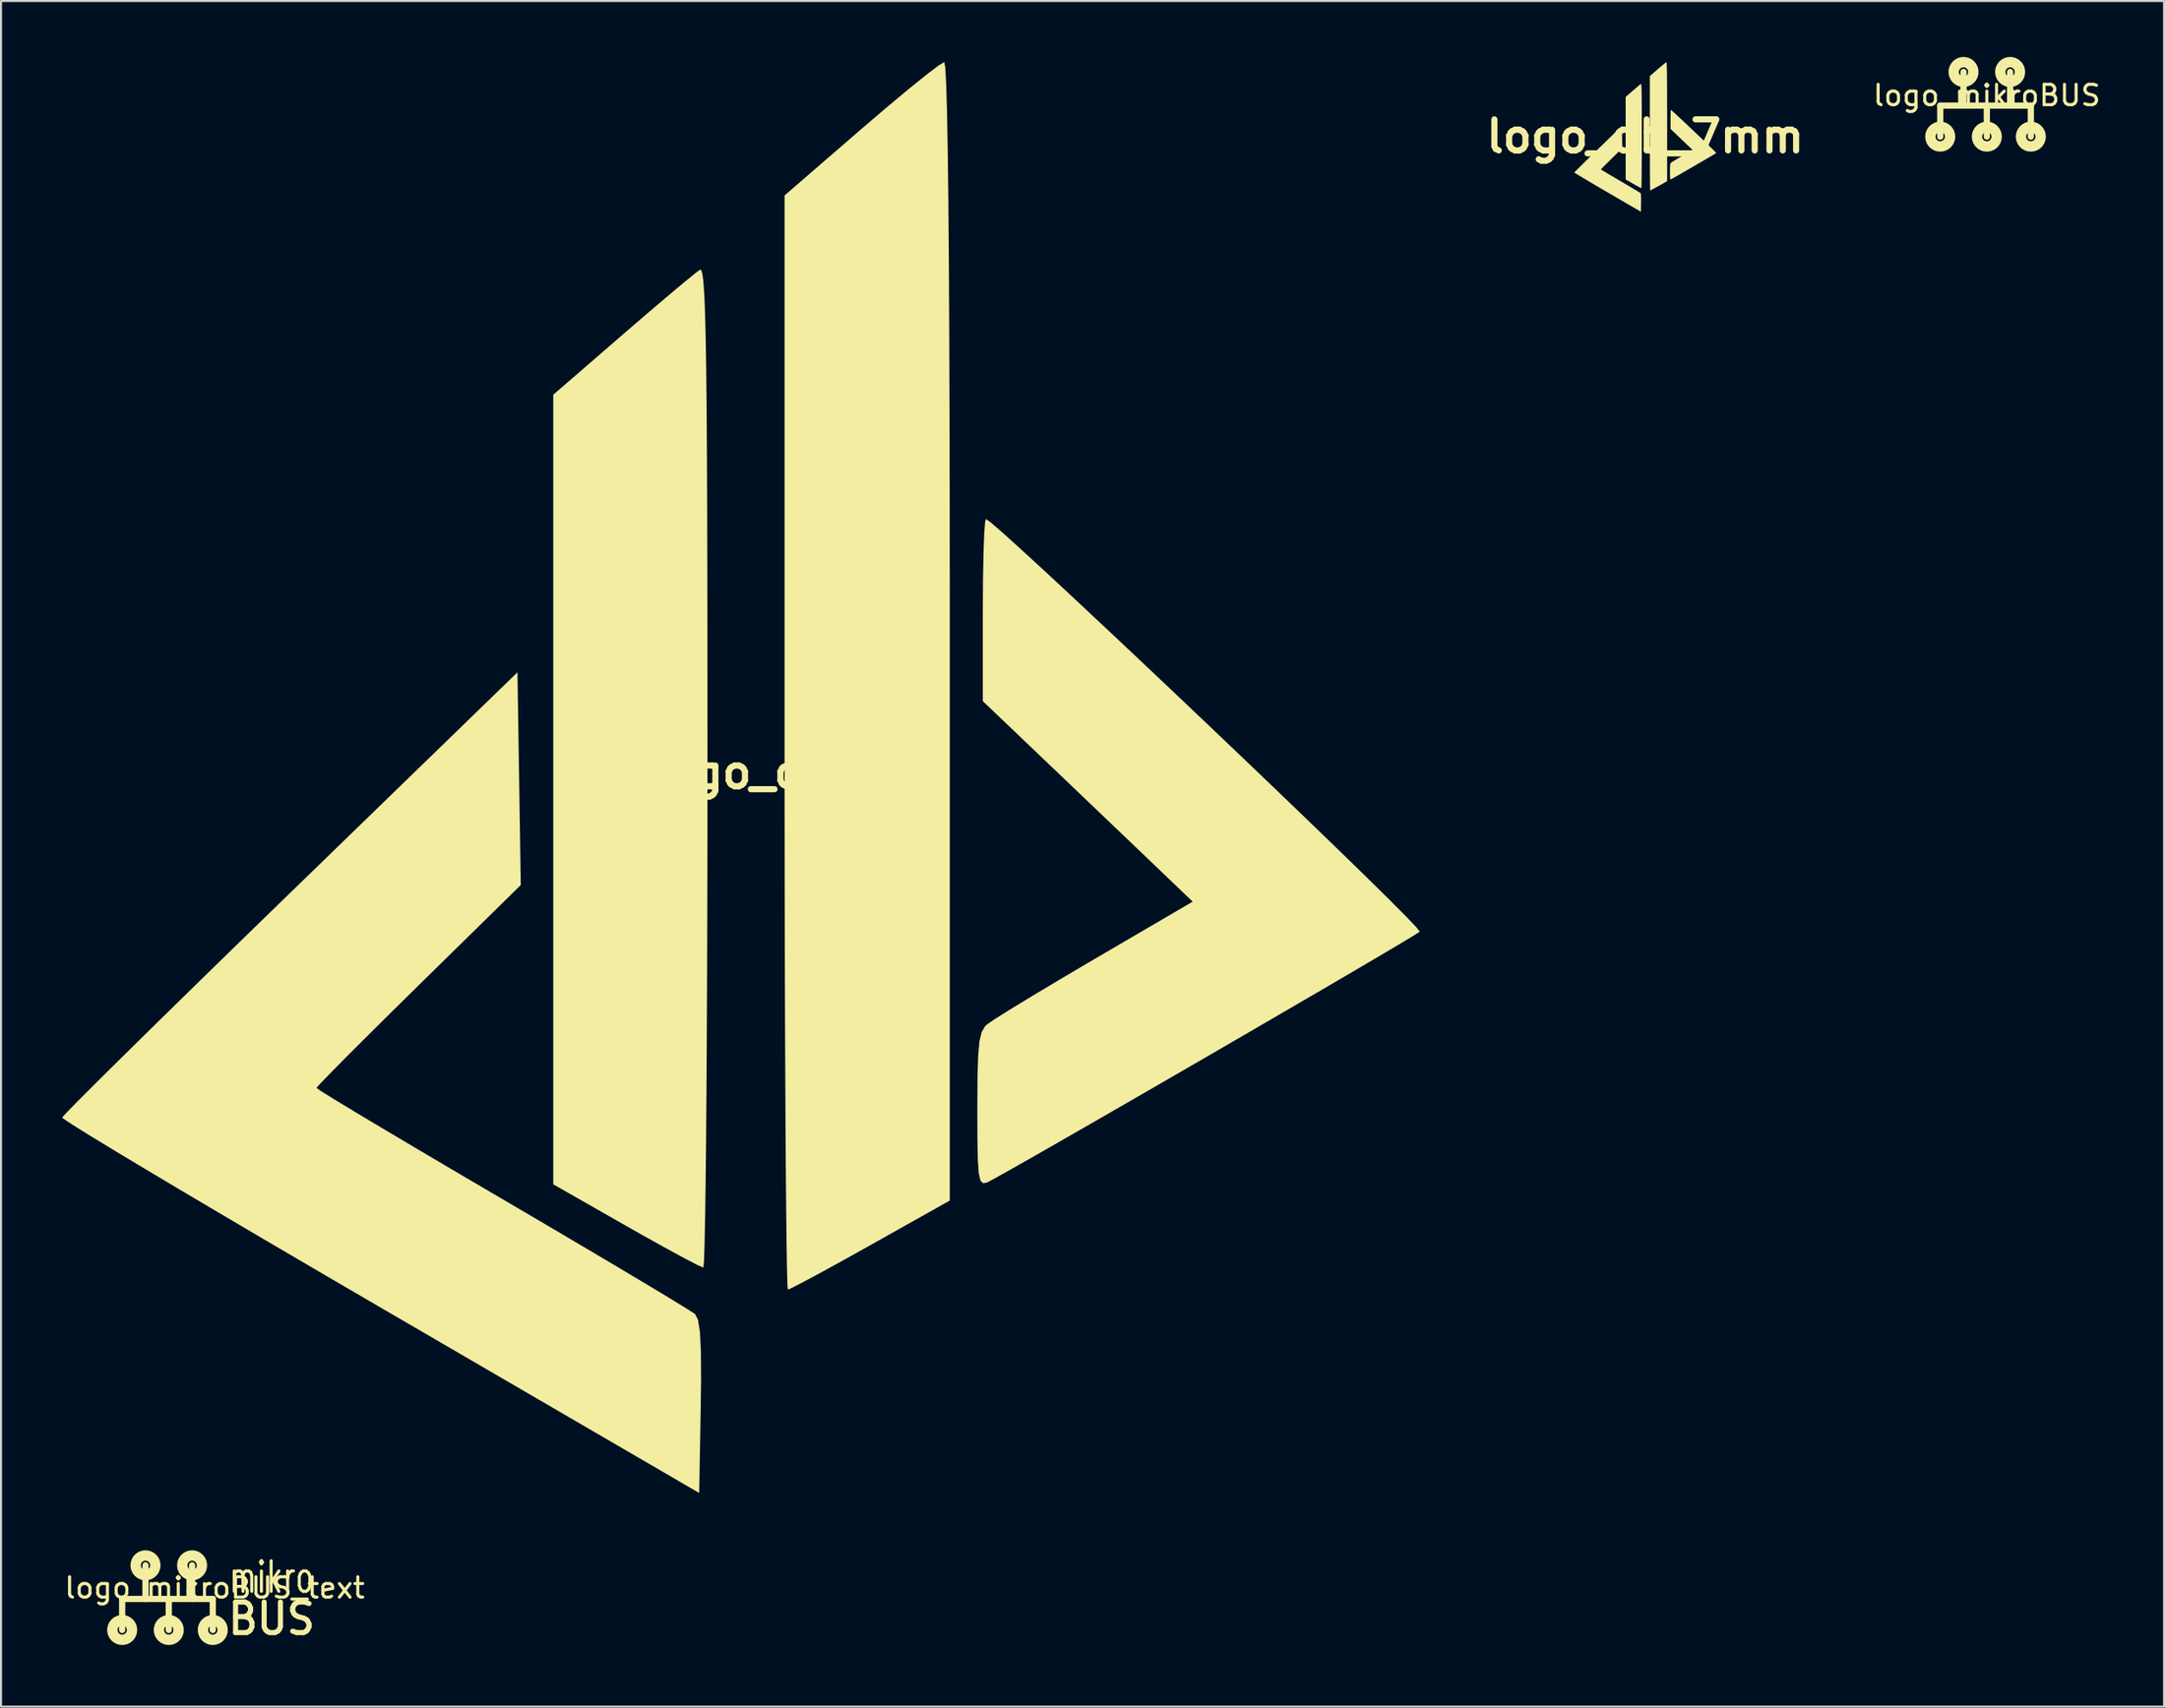
<source format=kicad_pcb>
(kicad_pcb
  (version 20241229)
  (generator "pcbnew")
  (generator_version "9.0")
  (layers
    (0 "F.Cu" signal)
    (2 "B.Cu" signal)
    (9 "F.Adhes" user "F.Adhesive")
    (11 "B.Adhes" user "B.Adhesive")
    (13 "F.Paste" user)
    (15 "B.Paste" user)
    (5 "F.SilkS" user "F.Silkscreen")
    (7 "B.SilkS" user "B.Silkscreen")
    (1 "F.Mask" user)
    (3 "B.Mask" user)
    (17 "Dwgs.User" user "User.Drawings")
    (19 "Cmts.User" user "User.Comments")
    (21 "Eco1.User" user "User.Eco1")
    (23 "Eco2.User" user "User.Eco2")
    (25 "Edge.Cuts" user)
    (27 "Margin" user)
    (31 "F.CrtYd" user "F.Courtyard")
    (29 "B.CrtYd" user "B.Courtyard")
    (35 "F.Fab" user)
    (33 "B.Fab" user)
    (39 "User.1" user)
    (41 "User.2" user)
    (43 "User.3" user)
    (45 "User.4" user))
  (footprint "logo_mikroBUS"
    (layer "F.Cu")
    (at 94.431 2.134)
    (property "Reference" "logo_mikroBUS" (at 0 -0.5 0) (unlocked yes) (layer "F.SilkS") (effects (font (size 1 1) (thickness 0.15))))
    (fp_line (start -2.286 0) (end -2.286 1.524) (stroke (width 0.305) (type solid)) (layer "F.SilkS"))
    (fp_line (start -1.143 0) (end -2.286 0) (stroke (width 0.305) (type solid)) (layer "F.SilkS"))
    (fp_line (start -1.143 0) (end -1.143 -1.651) (stroke (width 0.305) (type solid)) (layer "F.SilkS"))
    (fp_line (start 0 0) (end -1.143 0) (stroke (width 0.305) (type solid)) (layer "F.SilkS"))
    (fp_line (start 0 0) (end 0 1.524) (stroke (width 0.305) (type solid)) (layer "F.SilkS"))
    (fp_line (start 1.143 0) (end 0 0) (stroke (width 0.305) (type solid)) (layer "F.SilkS"))
    (fp_line (start 1.143 0) (end 1.143 -1.651) (stroke (width 0.305) (type solid)) (layer "F.SilkS"))
    (fp_line (start 2.159 0) (end 1.143 0) (stroke (width 0.305) (type solid)) (layer "F.SilkS"))
    (fp_line (start 2.159 0) (end 2.159 1.524) (stroke (width 0.305) (type solid)) (layer "F.SilkS"))
    (fp_circle (center -2.286 1.524) (end -2.057 1.524) (stroke (width 0.508) (type solid)) (fill no) (layer "F.SilkS"))
    (fp_circle (center -1.143 -1.651) (end -0.914 -1.651) (stroke (width 0.508) (type solid)) (fill no) (layer "F.SilkS"))
    (fp_circle (center 0 1.524) (end 0.229 1.524) (stroke (width 0.508) (type solid)) (fill no) (layer "F.SilkS"))
    (fp_circle (center 1.143 -1.651) (end 1.372 -1.651) (stroke (width 0.508) (type solid)) (fill no) (layer "F.SilkS"))
    (fp_circle (center 2.159 1.524) (end 2.388 1.524) (stroke (width 0.508) (type solid)) (fill no) (layer "F.SilkS")))
  (footprint "logo_db_7mm"
    (layer "F.Cu")
    (at 77.671 3.645)
    (property "Reference" "logo_db_7mm" (at 0 0 0) (layer "F.SilkS") (effects (font (size 1.524 1.524) (thickness 0.3))))
    (attr through_hole board_only exclude_from_pos_files exclude_from_bom)
    (fp_poly (pts (xy 1.05 -3.616) (xy 1.055 -3.532) (xy 1.059 -3.391) (xy 1.063 -3.193) (xy 1.066 -2.94) (xy 1.069 -2.63) (xy 1.071 -2.264) (xy 1.072 -1.842) (xy 1.073 -1.365) (xy 1.074 -0.831) (xy 1.074 -0.723) (xy 1.074 2.199) (xy 0.667 2.427) (xy 0.53 2.504) (xy 0.411 2.569) (xy 0.318 2.619) (xy 0.259 2.649) (xy 0.243 2.656) (xy 0.241 2.628) (xy 0.238 2.548) (xy 0.236 2.419) (xy 0.234 2.244) (xy 0.232 2.029) (xy 0.231 1.775) (xy 0.229 1.488) (xy 0.228 1.171) (xy 0.227 0.828) (xy 0.226 0.463) (xy 0.226 0.079) (xy 0.226 -0.152) (xy 0.226 -2.96) (xy 0.621 -3.303) (xy 0.748 -3.411) (xy 0.861 -3.505) (xy 0.953 -3.579) (xy 1.017 -3.628) (xy 1.045 -3.645)) (stroke (width 0) (type solid)) (fill yes) (layer "F.SilkS"))
    (fp_poly (pts (xy -0.201 -2.576) (xy -0.195 -2.555) (xy -0.19 -2.513) (xy -0.186 -2.447) (xy -0.182 -2.354) (xy -0.179 -2.232) (xy -0.176 -2.076) (xy -0.174 -1.883) (xy -0.172 -1.652) (xy -0.171 -1.378) (xy -0.17 -1.058) (xy -0.17 -0.69) (xy -0.17 -0.27) (xy -0.17 -0.03) (xy -0.17 0.346) (xy -0.17 0.706) (xy -0.171 1.045) (xy -0.173 1.359) (xy -0.175 1.645) (xy -0.177 1.899) (xy -0.179 2.116) (xy -0.182 2.293) (xy -0.184 2.426) (xy -0.187 2.51) (xy -0.19 2.542) (xy -0.191 2.543) (xy -0.221 2.529) (xy -0.292 2.492) (xy -0.394 2.437) (xy -0.517 2.368) (xy -0.586 2.329) (xy -0.961 2.115) (xy -0.961 -1.938) (xy -0.603 -2.247) (xy -0.481 -2.352) (xy -0.373 -2.444) (xy -0.285 -2.518) (xy -0.227 -2.565) (xy -0.207 -2.58)) (stroke (width 0) (type solid)) (fill yes) (layer "F.SilkS"))
    (fp_poly (pts (xy -1.136 0.033) (xy -1.127 0.579) (xy -1.651 1.094) (xy -1.792 1.233) (xy -1.919 1.358) (xy -2.026 1.465) (xy -2.107 1.548) (xy -2.159 1.602) (xy -2.176 1.621) (xy -2.152 1.637) (xy -2.085 1.679) (xy -1.979 1.743) (xy -1.841 1.826) (xy -1.674 1.925) (xy -1.485 2.036) (xy -1.278 2.158) (xy -1.222 2.191) (xy -1.01 2.315) (xy -0.812 2.432) (xy -0.635 2.537) (xy -0.483 2.628) (xy -0.362 2.701) (xy -0.278 2.752) (xy -0.236 2.78) (xy -0.232 2.782) (xy -0.218 2.811) (xy -0.208 2.872) (xy -0.203 2.972) (xy -0.202 3.116) (xy -0.204 3.257) (xy -0.212 3.7) (xy -1.848 2.747) (xy -2.126 2.585) (xy -2.389 2.431) (xy -2.632 2.287) (xy -2.853 2.156) (xy -3.047 2.041) (xy -3.21 1.943) (xy -3.339 1.865) (xy -3.428 1.809) (xy -3.474 1.778) (xy -3.48 1.773) (xy -3.46 1.749) (xy -3.402 1.691) (xy -3.311 1.6) (xy -3.19 1.48) (xy -3.044 1.335) (xy -2.874 1.169) (xy -2.686 0.985) (xy -2.482 0.786) (xy -2.31 0.619) (xy -1.144 -0.513)) (stroke (width 0) (type solid)) (fill yes) (layer "F.SilkS"))
    (fp_poly (pts (xy 1.285 -1.281) (xy 1.346 -1.228) (xy 1.439 -1.144) (xy 1.558 -1.034) (xy 1.7 -0.903) (xy 1.859 -0.754) (xy 2.031 -0.592) (xy 2.211 -0.422) (xy 2.395 -0.247) (xy 2.579 -0.072) (xy 2.758 0.1) (xy 2.927 0.262) (xy 3.081 0.412) (xy 3.218 0.545) (xy 3.33 0.656) (xy 3.416 0.742) (xy 3.468 0.797) (xy 3.485 0.819) (xy 3.454 0.838) (xy 3.381 0.882) (xy 3.271 0.947) (xy 3.131 1.03) (xy 2.965 1.127) (xy 2.782 1.234) (xy 2.585 1.348) (xy 2.383 1.466) (xy 2.18 1.583) (xy 1.983 1.697) (xy 1.798 1.804) (xy 1.631 1.9) (xy 1.488 1.982) (xy 1.375 2.046) (xy 1.298 2.088) (xy 1.264 2.106) (xy 1.264 2.106) (xy 1.244 2.11) (xy 1.231 2.097) (xy 1.222 2.059) (xy 1.217 1.989) (xy 1.215 1.878) (xy 1.215 1.731) (xy 1.216 1.571) (xy 1.219 1.457) (xy 1.226 1.382) (xy 1.237 1.334) (xy 1.254 1.305) (xy 1.264 1.295) (xy 1.303 1.268) (xy 1.383 1.218) (xy 1.494 1.15) (xy 1.631 1.068) (xy 1.783 0.978) (xy 1.817 0.959) (xy 2.32 0.664) (xy 2.128 0.48) (xy 2.038 0.395) (xy 1.921 0.283) (xy 1.788 0.155) (xy 1.652 0.025) (xy 1.589 -0.034) (xy 1.243 -0.365) (xy 1.243 -0.832) (xy 1.244 -0.988) (xy 1.247 -1.121) (xy 1.25 -1.223) (xy 1.255 -1.285) (xy 1.259 -1.3)) (stroke (width 0) (type solid)) (fill yes) (layer "F.SilkS")))
  (footprint "logo_mikroBUS_text"
    (layer "F.Cu")
    (at 7.482 75.397)
    (property "Reference" "logo_mikroBUS_text" (at 0 -0.5 0) (unlocked yes) (layer "F.SilkS") (effects (font (size 1 1) (thickness 0.15))))
    (fp_line (start -4.537 0.044) (end -4.537 1.568) (stroke (width 0.305) (type solid)) (layer "F.SilkS"))
    (fp_line (start -3.394 0.044) (end -4.537 0.044) (stroke (width 0.305) (type solid)) (layer "F.SilkS"))
    (fp_line (start -3.394 0.044) (end -3.394 -1.607) (stroke (width 0.305) (type solid)) (layer "F.SilkS"))
    (fp_line (start -2.251 0.044) (end -3.394 0.044) (stroke (width 0.305) (type solid)) (layer "F.SilkS"))
    (fp_line (start -2.251 0.044) (end -2.251 1.568) (stroke (width 0.305) (type solid)) (layer "F.SilkS"))
    (fp_line (start -1.108 0.044) (end -2.251 0.044) (stroke (width 0.305) (type solid)) (layer "F.SilkS"))
    (fp_line (start -1.108 0.044) (end -1.108 -1.607) (stroke (width 0.305) (type solid)) (layer "F.SilkS"))
    (fp_line (start -0.092 0.044) (end -1.108 0.044) (stroke (width 0.305) (type solid)) (layer "F.SilkS"))
    (fp_line (start -0.092 0.044) (end -0.092 1.568) (stroke (width 0.305) (type solid)) (layer "F.SilkS"))
    (fp_circle (center -4.537 1.568) (end -4.308 1.568) (stroke (width 0.508) (type solid)) (fill no) (layer "F.SilkS"))
    (fp_circle (center -3.394 -1.607) (end -3.165 -1.607) (stroke (width 0.508) (type solid)) (fill no) (layer "F.SilkS"))
    (fp_circle (center -2.251 1.568) (end -2.022 1.568) (stroke (width 0.508) (type solid)) (fill no) (layer "F.SilkS"))
    (fp_circle (center -1.108 -1.607) (end -0.879 -1.607) (stroke (width 0.508) (type solid)) (fill no) (layer "F.SilkS"))
    (fp_circle (center -0.092 1.568) (end 0.137 1.568) (stroke (width 0.508) (type solid)) (fill no) (layer "F.SilkS"))
    (fp_text user "BUS" (at 2.794 1.016 0) (unlocked yes) (layer "F.SilkS") (effects (font (size 1.5 1.4) (thickness 0.25))))
    (fp_text user "mikro" (at 2.794 -1.016 0) (layer "F.SilkS") (effects (font (size 1.5 1) (thickness 0.15)))))
  (footprint "logo_db"
    (layer "F.Cu")
    (at 33.282 34.857)
    (property "Reference" "logo_db" (at 0 0 0) (layer "F.SilkS") (effects (font (size 1.524 1.524) (thickness 0.3))))
    (attr through_hole)
    (fp_poly (pts (xy 10.047 -34.587) (xy 10.092 -33.778) (xy 10.132 -32.429) (xy 10.167 -30.541) (xy 10.197 -28.116) (xy 10.222 -25.154) (xy 10.241 -21.655) (xy 10.255 -17.621) (xy 10.264 -13.051) (xy 10.268 -7.947) (xy 10.268 -6.915) (xy 10.268 21.027) (xy 6.378 23.213) (xy 5.07 23.943) (xy 3.93 24.57) (xy 3.038 25.049) (xy 2.477 25.336) (xy 2.325 25.4) (xy 2.302 25.136) (xy 2.28 24.368) (xy 2.26 23.131) (xy 2.24 21.464) (xy 2.222 19.401) (xy 2.207 16.979) (xy 2.193 14.234) (xy 2.181 11.203) (xy 2.172 7.922) (xy 2.166 4.427) (xy 2.162 0.754) (xy 2.162 -1.456) (xy 2.162 -28.312) (xy 5.943 -31.585) (xy 7.154 -32.621) (xy 8.234 -33.522) (xy 9.114 -34.233) (xy 9.725 -34.696) (xy 9.996 -34.857)) (stroke (width 0) (type solid)) (fill yes) (layer "F.SilkS"))
    (fp_poly (pts (xy -1.921 -24.636) (xy -1.865 -24.433) (xy -1.817 -24.032) (xy -1.774 -23.403) (xy -1.739 -22.516) (xy -1.709 -21.342) (xy -1.684 -19.851) (xy -1.664 -18.013) (xy -1.648 -15.799) (xy -1.637 -13.179) (xy -1.629 -10.122) (xy -1.624 -6.601) (xy -1.622 -2.584) (xy -1.621 -0.284) (xy -1.623 3.311) (xy -1.63 6.749) (xy -1.64 9.99) (xy -1.654 12.997) (xy -1.67 15.732) (xy -1.69 18.158) (xy -1.712 20.236) (xy -1.737 21.929) (xy -1.764 23.198) (xy -1.792 24.006) (xy -1.821 24.315) (xy -1.824 24.317) (xy -2.118 24.189) (xy -2.793 23.837) (xy -3.764 23.309) (xy -4.944 22.649) (xy -5.607 22.273) (xy -9.187 20.23) (xy -9.187 -18.53) (xy -5.767 -21.492) (xy -4.605 -22.493) (xy -3.567 -23.376) (xy -2.73 -24.077) (xy -2.171 -24.532) (xy -1.984 -24.67)) (stroke (width 0) (type solid)) (fill yes) (layer "F.SilkS"))
    (fp_poly (pts (xy -10.862 0.318) (xy -10.781 5.539) (xy -15.794 10.463) (xy -17.14 11.789) (xy -18.349 12.989) (xy -19.372 14.011) (xy -20.155 14.805) (xy -20.65 15.318) (xy -20.806 15.499) (xy -20.581 15.656) (xy -19.939 16.055) (xy -18.93 16.666) (xy -17.605 17.46) (xy -16.012 18.406) (xy -14.203 19.475) (xy -12.226 20.637) (xy -11.687 20.953) (xy -9.658 22.144) (xy -7.769 23.259) (xy -6.072 24.265) (xy -4.619 25.132) (xy -3.463 25.829) (xy -2.657 26.323) (xy -2.253 26.584) (xy -2.222 26.607) (xy -2.084 26.887) (xy -1.992 27.471) (xy -1.944 28.423) (xy -1.935 29.805) (xy -1.952 31.151) (xy -2.027 35.383) (xy -17.674 26.271) (xy -20.331 24.72) (xy -22.844 23.247) (xy -25.177 21.873) (xy -27.29 20.622) (xy -29.145 19.517) (xy -30.704 18.58) (xy -31.93 17.833) (xy -32.783 17.301) (xy -33.226 17.005) (xy -33.282 16.952) (xy -33.086 16.731) (xy -32.537 16.169) (xy -31.668 15.298) (xy -30.513 14.154) (xy -29.109 12.77) (xy -27.488 11.18) (xy -25.686 9.418) (xy -23.737 7.518) (xy -22.093 5.921) (xy -10.944 -4.904)) (stroke (width 0) (type solid)) (fill yes) (layer "F.SilkS"))
    (fp_poly (pts (xy 12.287 -12.251) (xy 12.877 -11.74) (xy 13.764 -10.94) (xy 14.905 -9.891) (xy 16.257 -8.635) (xy 17.776 -7.212) (xy 19.42 -5.665) (xy 21.145 -4.033) (xy 22.908 -2.359) (xy 24.665 -0.684) (xy 26.373 0.952) (xy 27.989 2.507) (xy 29.47 3.939) (xy 30.772 5.209) (xy 31.852 6.273) (xy 32.666 7.092) (xy 33.172 7.625) (xy 33.326 7.828) (xy 33.038 8.014) (xy 32.338 8.436) (xy 31.287 9.059) (xy 29.942 9.85) (xy 28.361 10.775) (xy 26.603 11.8) (xy 24.726 12.892) (xy 22.789 14.017) (xy 20.848 15.141) (xy 18.964 16.23) (xy 17.193 17.251) (xy 15.594 18.169) (xy 14.226 18.952) (xy 13.147 19.564) (xy 12.415 19.973) (xy 12.087 20.144) (xy 12.086 20.145) (xy 11.901 20.176) (xy 11.772 20.051) (xy 11.69 19.692) (xy 11.643 19.021) (xy 11.623 17.961) (xy 11.619 16.554) (xy 11.627 15.021) (xy 11.659 13.938) (xy 11.723 13.213) (xy 11.832 12.757) (xy 11.995 12.478) (xy 12.092 12.383) (xy 12.462 12.129) (xy 13.222 11.651) (xy 14.293 10.998) (xy 15.596 10.217) (xy 17.054 9.356) (xy 17.375 9.168) (xy 22.185 6.354) (xy 20.347 4.594) (xy 19.495 3.778) (xy 18.371 2.704) (xy 17.098 1.487) (xy 15.796 0.243) (xy 15.199 -0.327) (xy 11.889 -3.487) (xy 11.889 -7.959) (xy 11.898 -9.445) (xy 11.922 -10.722) (xy 11.957 -11.701) (xy 12.002 -12.293) (xy 12.039 -12.43)) (stroke (width 0) (type solid)) (fill yes) (layer "F.SilkS")))
  (gr_rect
    (start -3 -3)
    (end 103.127 80.729)
    (stroke (width 0.1) (type default))
    (fill no)
    (layer "Edge.Cuts")))
</source>
